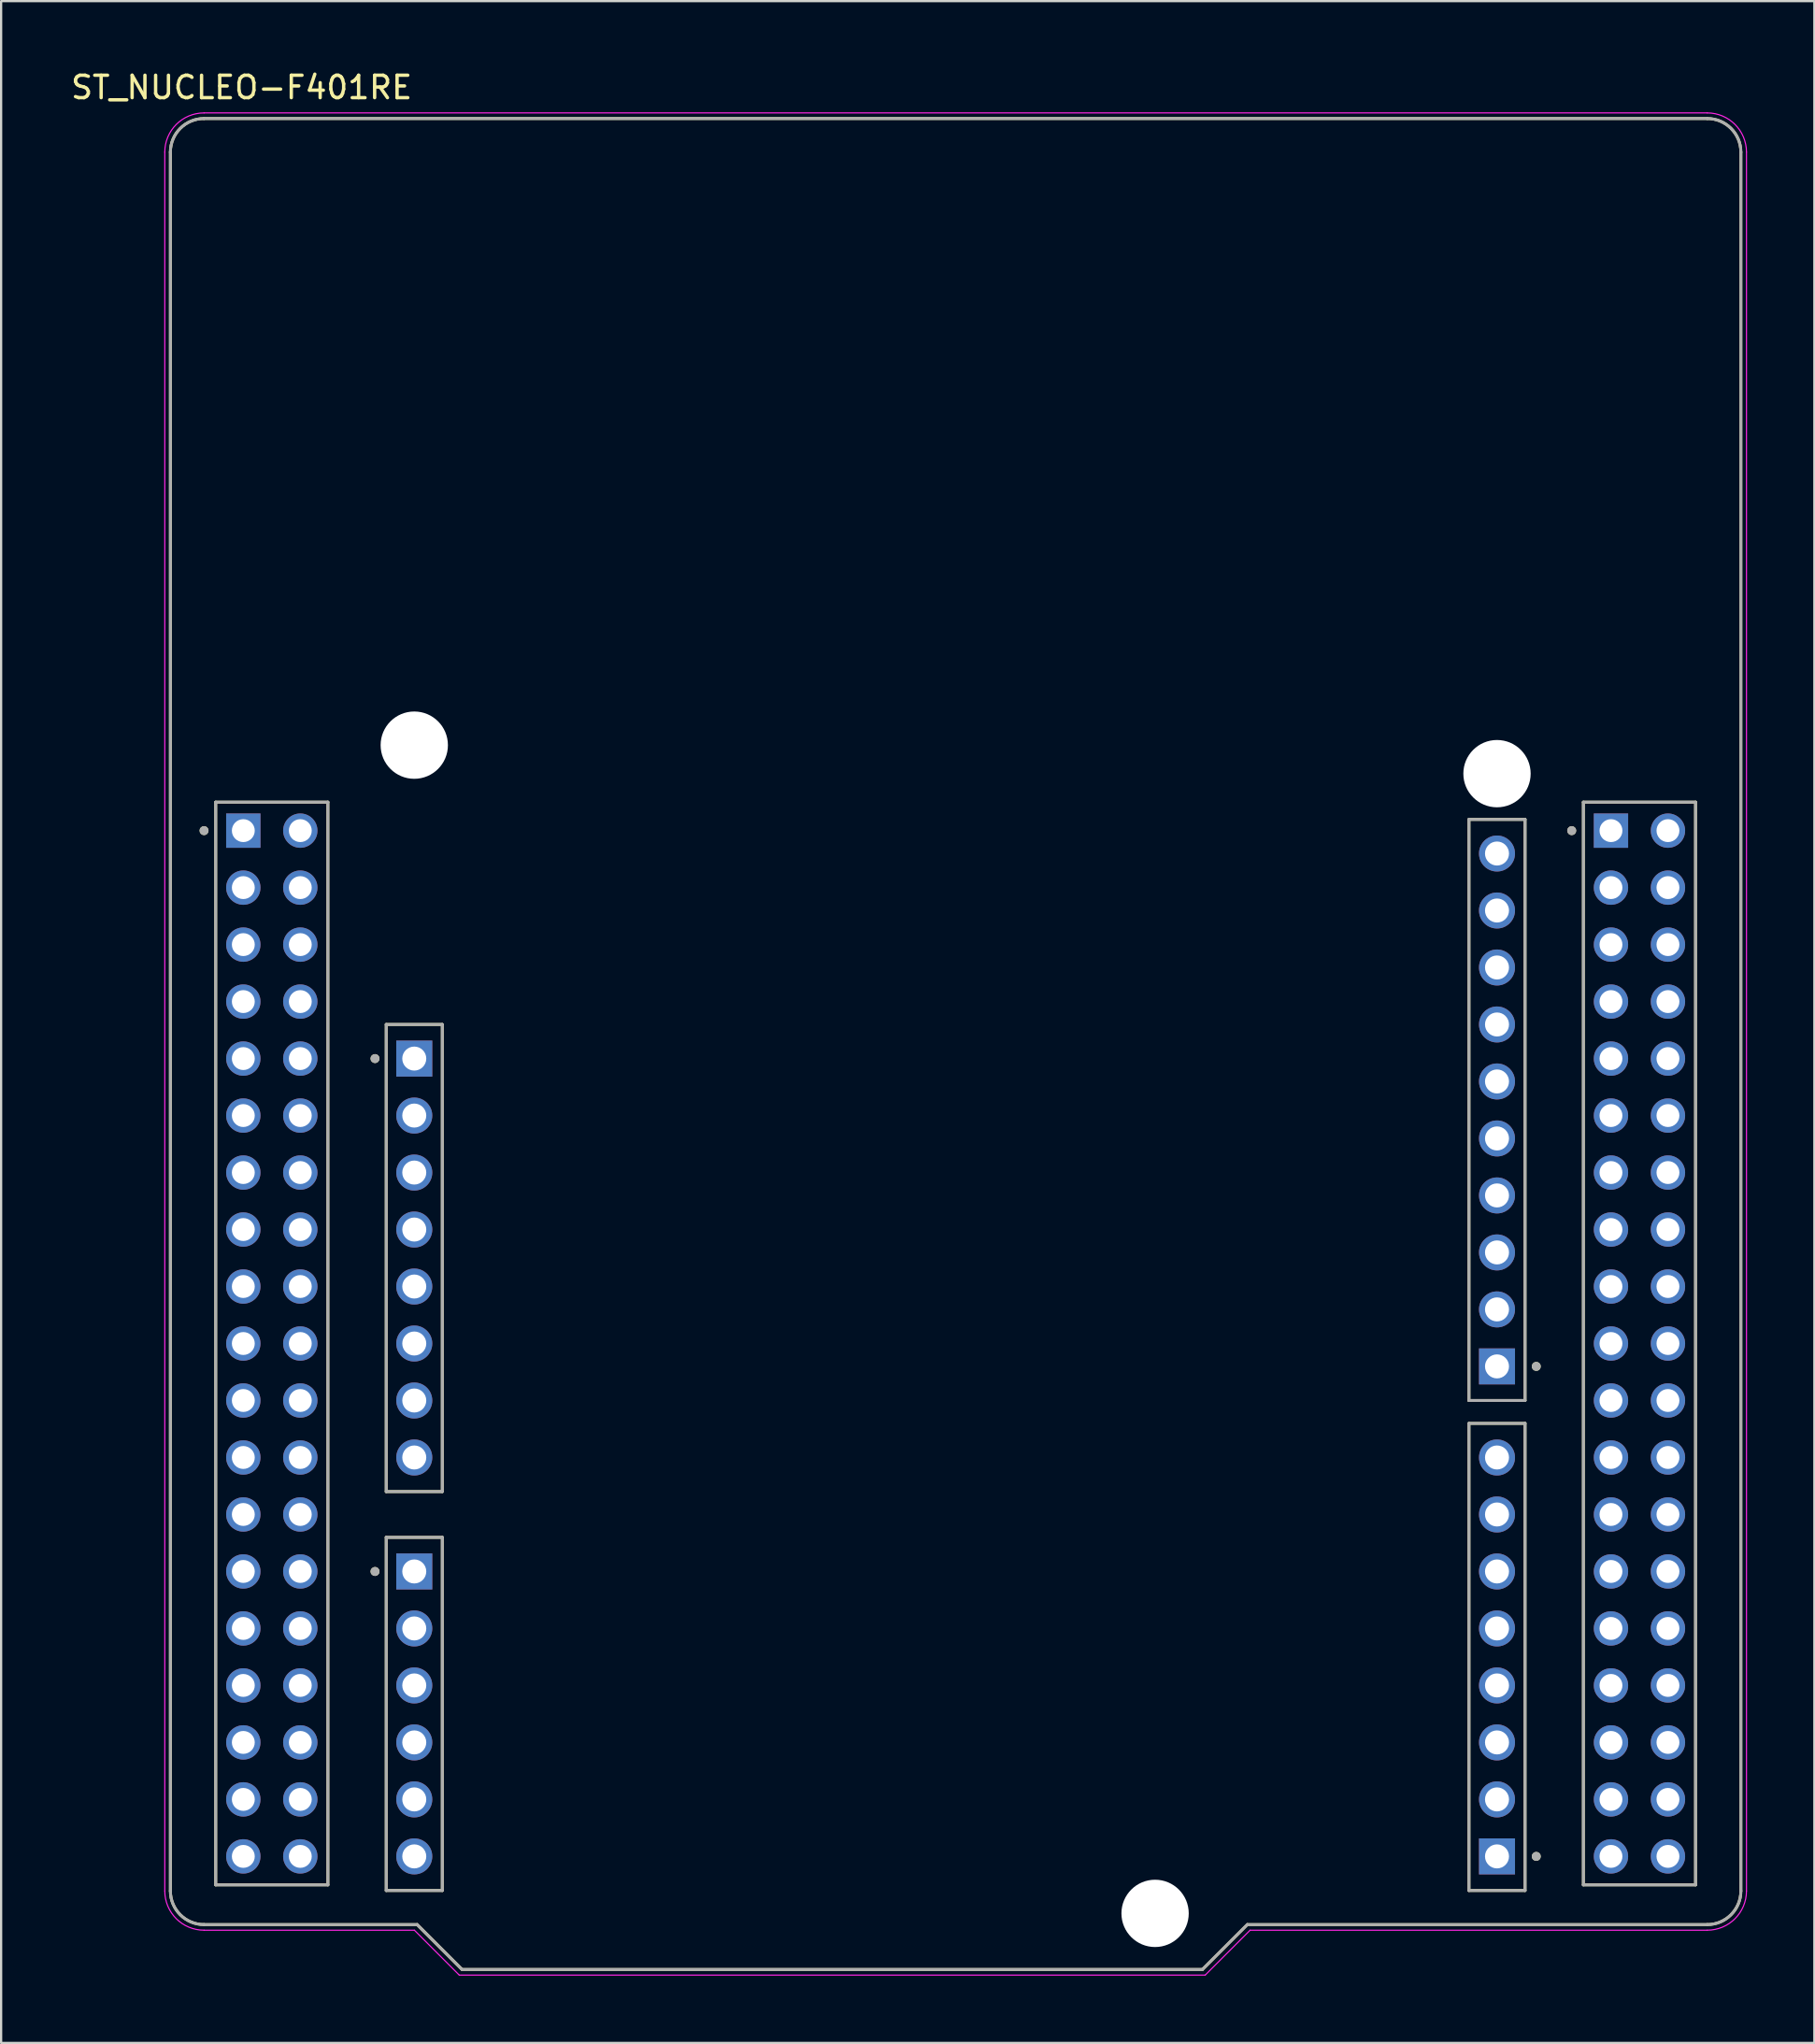
<source format=kicad_pcb>
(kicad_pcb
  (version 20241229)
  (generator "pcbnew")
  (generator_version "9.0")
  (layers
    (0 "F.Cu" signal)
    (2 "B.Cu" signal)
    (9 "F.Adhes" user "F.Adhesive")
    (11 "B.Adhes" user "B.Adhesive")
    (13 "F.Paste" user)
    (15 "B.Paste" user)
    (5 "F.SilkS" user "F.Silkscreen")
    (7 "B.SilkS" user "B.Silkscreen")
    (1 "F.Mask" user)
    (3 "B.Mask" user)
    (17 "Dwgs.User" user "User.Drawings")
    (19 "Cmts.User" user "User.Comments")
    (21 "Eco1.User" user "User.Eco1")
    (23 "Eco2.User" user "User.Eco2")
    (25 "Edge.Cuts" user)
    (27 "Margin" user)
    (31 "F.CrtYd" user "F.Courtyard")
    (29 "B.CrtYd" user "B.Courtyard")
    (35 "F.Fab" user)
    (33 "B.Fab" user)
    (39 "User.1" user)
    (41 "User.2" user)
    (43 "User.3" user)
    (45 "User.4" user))
  (footprint "ST_NUCLEO-F401RE"
    (layer "F.Cu")
    (at 39.545 43.483)
    (property "Reference" "ST_NUCLEO-F401RE" (at -31.825 -42.635 0) (layer "F.SilkS") (effects (font (size 1 1) (thickness 0.15))))
    (attr through_hole)
    (fp_line (start -35 37.75) (end -35 -39.75) (stroke (width 0.127) (type solid)) (layer "F.SilkS"))
    (fp_line (start -33.5 -41.25) (end 33.5 -41.25) (stroke (width 0.127) (type solid)) (layer "F.SilkS"))
    (fp_line (start -32.98 -10.78) (end -32.98 37.48) (stroke (width 0.127) (type solid)) (layer "F.SilkS"))
    (fp_line (start -32.98 37.48) (end -27.98 37.48) (stroke (width 0.127) (type solid)) (layer "F.SilkS"))
    (fp_line (start -27.98 -10.78) (end -32.98 -10.78) (stroke (width 0.127) (type solid)) (layer "F.SilkS"))
    (fp_line (start -27.98 37.48) (end -27.98 -10.78) (stroke (width 0.127) (type solid)) (layer "F.SilkS"))
    (fp_line (start -25.38 -0.87) (end -25.38 19.95) (stroke (width 0.127) (type solid)) (layer "F.SilkS"))
    (fp_line (start -25.38 19.95) (end -22.88 19.95) (stroke (width 0.127) (type solid)) (layer "F.SilkS"))
    (fp_line (start -25.38 21.99) (end -25.38 37.73) (stroke (width 0.127) (type solid)) (layer "F.SilkS"))
    (fp_line (start -25.38 37.73) (end -22.88 37.73) (stroke (width 0.127) (type solid)) (layer "F.SilkS"))
    (fp_line (start -24 39.25) (end -33.5 39.25) (stroke (width 0.127) (type solid)) (layer "F.SilkS"))
    (fp_line (start -22.88 -0.87) (end -25.38 -0.87) (stroke (width 0.127) (type solid)) (layer "F.SilkS"))
    (fp_line (start -22.88 19.95) (end -22.88 -0.87) (stroke (width 0.127) (type solid)) (layer "F.SilkS"))
    (fp_line (start -22.88 21.99) (end -25.38 21.99) (stroke (width 0.127) (type solid)) (layer "F.SilkS"))
    (fp_line (start -22.88 37.73) (end -22.88 21.99) (stroke (width 0.127) (type solid)) (layer "F.SilkS"))
    (fp_line (start -22 41.25) (end -24 39.25) (stroke (width 0.127) (type solid)) (layer "F.SilkS"))
    (fp_line (start 11 41.25) (end -22 41.25) (stroke (width 0.127) (type solid)) (layer "F.SilkS"))
    (fp_line (start 13 39.25) (end 11 41.25) (stroke (width 0.127) (type solid)) (layer "F.SilkS"))
    (fp_line (start 22.88 -10.01) (end 22.88 15.89) (stroke (width 0.127) (type solid)) (layer "F.SilkS"))
    (fp_line (start 22.88 15.89) (end 25.38 15.89) (stroke (width 0.127) (type solid)) (layer "F.SilkS"))
    (fp_line (start 22.88 16.91) (end 22.88 37.73) (stroke (width 0.127) (type solid)) (layer "F.SilkS"))
    (fp_line (start 22.88 37.73) (end 25.38 37.73) (stroke (width 0.127) (type solid)) (layer "F.SilkS"))
    (fp_line (start 25.38 -10.01) (end 22.88 -10.01) (stroke (width 0.127) (type solid)) (layer "F.SilkS"))
    (fp_line (start 25.38 15.89) (end 25.38 -10.01) (stroke (width 0.127) (type solid)) (layer "F.SilkS"))
    (fp_line (start 25.38 16.91) (end 22.88 16.91) (stroke (width 0.127) (type solid)) (layer "F.SilkS"))
    (fp_line (start 25.38 37.73) (end 25.38 16.91) (stroke (width 0.127) (type solid)) (layer "F.SilkS"))
    (fp_line (start 27.98 -10.78) (end 27.98 37.48) (stroke (width 0.127) (type solid)) (layer "F.SilkS"))
    (fp_line (start 27.98 37.48) (end 32.98 37.48) (stroke (width 0.127) (type solid)) (layer "F.SilkS"))
    (fp_line (start 32.98 -10.78) (end 27.98 -10.78) (stroke (width 0.127) (type solid)) (layer "F.SilkS"))
    (fp_line (start 32.98 37.48) (end 32.98 -10.78) (stroke (width 0.127) (type solid)) (layer "F.SilkS"))
    (fp_line (start 33.5 39.25) (end 13 39.25) (stroke (width 0.127) (type solid)) (layer "F.SilkS"))
    (fp_line (start 35 -39.75) (end 35 37.75) (stroke (width 0.127) (type solid)) (layer "F.SilkS"))
    (fp_arc (start -35 -39.75) (mid -34.56066 -40.81066) (end -33.5 -41.25) (stroke (width 0.127) (type solid)) (layer "F.SilkS"))
    (fp_arc (start -33.5 39.25) (mid -34.56066 38.81066) (end -35 37.75) (stroke (width 0.127) (type solid)) (layer "F.SilkS"))
    (fp_arc (start 33.5 -41.25) (mid 34.56066 -40.81066) (end 35 -39.75) (stroke (width 0.127) (type solid)) (layer "F.SilkS"))
    (fp_arc (start 35 37.75) (mid 34.56066 38.81066) (end 33.5 39.25) (stroke (width 0.127) (type solid)) (layer "F.SilkS"))
    (fp_circle (center -33.5 -9.51) (end -33.4 -9.51) (stroke (width 0.2) (type solid)) (fill no) (layer "F.SilkS"))
    (fp_circle (center -25.88 0.65) (end -25.78 0.65) (stroke (width 0.2) (type solid)) (fill no) (layer "F.SilkS"))
    (fp_circle (center -25.88 23.51) (end -25.78 23.51) (stroke (width 0.2) (type solid)) (fill no) (layer "F.SilkS"))
    (fp_circle (center 25.88 14.37) (end 25.98 14.37) (stroke (width 0.2) (type solid)) (fill no) (layer "F.SilkS"))
    (fp_circle (center 25.88 36.21) (end 25.98 36.21) (stroke (width 0.2) (type solid)) (fill no) (layer "F.SilkS"))
    (fp_circle (center 27.46 -9.51) (end 27.56 -9.51) (stroke (width 0.2) (type solid)) (fill no) (layer "F.SilkS"))
    (fp_line (start -35.25 37.75) (end -35.25 -39.75) (stroke (width 0.05) (type solid)) (layer "F.CrtYd"))
    (fp_line (start -33.5 -41.5) (end 33.5 -41.5) (stroke (width 0.05) (type solid)) (layer "F.CrtYd"))
    (fp_line (start -24.125 39.5) (end -33.5 39.5) (stroke (width 0.05) (type solid)) (layer "F.CrtYd"))
    (fp_line (start -22.125 41.5) (end -24.125 39.5) (stroke (width 0.05) (type solid)) (layer "F.CrtYd"))
    (fp_line (start 11.125 41.5) (end -22.125 41.5) (stroke (width 0.05) (type solid)) (layer "F.CrtYd"))
    (fp_line (start 13.125 39.5) (end 11.125 41.5) (stroke (width 0.05) (type solid)) (layer "F.CrtYd"))
    (fp_line (start 33.5 39.5) (end 13.125 39.5) (stroke (width 0.05) (type solid)) (layer "F.CrtYd"))
    (fp_line (start 35.25 -39.75) (end 35.25 37.75) (stroke (width 0.05) (type solid)) (layer "F.CrtYd"))
    (fp_arc (start -35.25 -39.75) (mid -34.737437 -40.987437) (end -33.5 -41.5) (stroke (width 0.05) (type solid)) (layer "F.CrtYd"))
    (fp_arc (start -33.5 39.5) (mid -34.737437 38.987437) (end -35.25 37.75) (stroke (width 0.05) (type solid)) (layer "F.CrtYd"))
    (fp_arc (start 33.5 -41.5) (mid 34.737437 -40.987437) (end 35.25 -39.75) (stroke (width 0.05) (type solid)) (layer "F.CrtYd"))
    (fp_arc (start 35.25 37.75) (mid 34.737437 38.987437) (end 33.5 39.5) (stroke (width 0.05) (type solid)) (layer "F.CrtYd"))
    (fp_line (start -35 37.75) (end -35 -39.75) (stroke (width 0.127) (type solid)) (layer "F.Fab"))
    (fp_line (start -33.5 -41.25) (end 33.5 -41.25) (stroke (width 0.127) (type solid)) (layer "F.Fab"))
    (fp_line (start -32.98 -10.78) (end -32.98 37.48) (stroke (width 0.127) (type solid)) (layer "F.Fab"))
    (fp_line (start -32.98 37.48) (end -27.98 37.48) (stroke (width 0.127) (type solid)) (layer "F.Fab"))
    (fp_line (start -27.98 -10.78) (end -32.98 -10.78) (stroke (width 0.127) (type solid)) (layer "F.Fab"))
    (fp_line (start -27.98 37.48) (end -27.98 -10.78) (stroke (width 0.127) (type solid)) (layer "F.Fab"))
    (fp_line (start -25.38 -0.87) (end -25.38 19.95) (stroke (width 0.127) (type solid)) (layer "F.Fab"))
    (fp_line (start -25.38 19.95) (end -22.88 19.95) (stroke (width 0.127) (type solid)) (layer "F.Fab"))
    (fp_line (start -25.38 21.99) (end -25.38 37.73) (stroke (width 0.127) (type solid)) (layer "F.Fab"))
    (fp_line (start -25.38 37.73) (end -22.88 37.73) (stroke (width 0.127) (type solid)) (layer "F.Fab"))
    (fp_line (start -24 39.25) (end -33.5 39.25) (stroke (width 0.127) (type solid)) (layer "F.Fab"))
    (fp_line (start -22.88 -0.87) (end -25.38 -0.87) (stroke (width 0.127) (type solid)) (layer "F.Fab"))
    (fp_line (start -22.88 19.95) (end -22.88 -0.87) (stroke (width 0.127) (type solid)) (layer "F.Fab"))
    (fp_line (start -22.88 21.99) (end -25.38 21.99) (stroke (width 0.127) (type solid)) (layer "F.Fab"))
    (fp_line (start -22.88 37.73) (end -22.88 21.99) (stroke (width 0.127) (type solid)) (layer "F.Fab"))
    (fp_line (start -22 41.25) (end -24 39.25) (stroke (width 0.127) (type solid)) (layer "F.Fab"))
    (fp_line (start 11 41.25) (end -22 41.25) (stroke (width 0.127) (type solid)) (layer "F.Fab"))
    (fp_line (start 13 39.25) (end 11 41.25) (stroke (width 0.127) (type solid)) (layer "F.Fab"))
    (fp_line (start 22.88 -10.01) (end 22.88 15.89) (stroke (width 0.127) (type solid)) (layer "F.Fab"))
    (fp_line (start 22.88 15.89) (end 25.38 15.89) (stroke (width 0.127) (type solid)) (layer "F.Fab"))
    (fp_line (start 22.88 16.91) (end 22.88 37.73) (stroke (width 0.127) (type solid)) (layer "F.Fab"))
    (fp_line (start 22.88 37.73) (end 25.38 37.73) (stroke (width 0.127) (type solid)) (layer "F.Fab"))
    (fp_line (start 25.38 -10.01) (end 22.88 -10.01) (stroke (width 0.127) (type solid)) (layer "F.Fab"))
    (fp_line (start 25.38 15.89) (end 25.38 -10.01) (stroke (width 0.127) (type solid)) (layer "F.Fab"))
    (fp_line (start 25.38 16.91) (end 22.88 16.91) (stroke (width 0.127) (type solid)) (layer "F.Fab"))
    (fp_line (start 25.38 37.73) (end 25.38 16.91) (stroke (width 0.127) (type solid)) (layer "F.Fab"))
    (fp_line (start 27.98 -10.78) (end 27.98 37.48) (stroke (width 0.127) (type solid)) (layer "F.Fab"))
    (fp_line (start 27.98 37.48) (end 32.98 37.48) (stroke (width 0.127) (type solid)) (layer "F.Fab"))
    (fp_line (start 32.98 -10.78) (end 27.98 -10.78) (stroke (width 0.127) (type solid)) (layer "F.Fab"))
    (fp_line (start 32.98 37.48) (end 32.98 -10.78) (stroke (width 0.127) (type solid)) (layer "F.Fab"))
    (fp_line (start 33.5 39.25) (end 13 39.25) (stroke (width 0.127) (type solid)) (layer "F.Fab"))
    (fp_line (start 35 -39.75) (end 35 37.75) (stroke (width 0.127) (type solid)) (layer "F.Fab"))
    (fp_arc (start -35 -39.75) (mid -34.56066 -40.81066) (end -33.5 -41.25) (stroke (width 0.127) (type solid)) (layer "F.Fab"))
    (fp_arc (start -33.5 39.25) (mid -34.56066 38.81066) (end -35 37.75) (stroke (width 0.127) (type solid)) (layer "F.Fab"))
    (fp_arc (start 33.5 -41.25) (mid 34.56066 -40.81066) (end 35 -39.75) (stroke (width 0.127) (type solid)) (layer "F.Fab"))
    (fp_arc (start 35 37.75) (mid 34.56066 38.81066) (end 33.5 39.25) (stroke (width 0.127) (type solid)) (layer "F.Fab"))
    (fp_circle (center -33.5 -9.51) (end -33.4 -9.51) (stroke (width 0.2) (type solid)) (fill no) (layer "F.Fab"))
    (fp_circle (center -25.88 0.65) (end -25.78 0.65) (stroke (width 0.2) (type solid)) (fill no) (layer "F.Fab"))
    (fp_circle (center -25.88 23.51) (end -25.78 23.51) (stroke (width 0.2) (type solid)) (fill no) (layer "F.Fab"))
    (fp_circle (center 25.88 14.37) (end 25.98 14.37) (stroke (width 0.2) (type solid)) (fill no) (layer "F.Fab"))
    (fp_circle (center 25.88 36.21) (end 25.98 36.21) (stroke (width 0.2) (type solid)) (fill no) (layer "F.Fab"))
    (fp_circle (center 27.46 -9.51) (end 27.56 -9.51) (stroke (width 0.2) (type solid)) (fill no) (layer "F.Fab"))
    (pad "" np_thru_hole circle (at -24.13 -13.32) (size 3 3) (drill 3) (layers "*.Cu" "*.Mask"))
    (pad "" np_thru_hole circle (at 8.89 38.75) (size 3 3) (drill 3) (layers "*.Cu" "*.Mask"))
    (pad "" np_thru_hole circle (at 24.13 -12.05) (size 3 3) (drill 3) (layers "*.Cu" "*.Mask"))
    (pad "CN5_1" thru_hole rect (at 24.13 14.37) (size 1.605 1.605) (drill 1.07) (layers "*.Cu" "*.Mask"))
    (pad "CN5_2" thru_hole circle (at 24.13 11.83) (size 1.605 1.605) (drill 1.07) (layers "*.Cu" "*.Mask"))
    (pad "CN5_3" thru_hole circle (at 24.13 9.29) (size 1.605 1.605) (drill 1.07) (layers "*.Cu" "*.Mask"))
    (pad "CN5_4" thru_hole circle (at 24.13 6.75) (size 1.605 1.605) (drill 1.07) (layers "*.Cu" "*.Mask"))
    (pad "CN5_5" thru_hole circle (at 24.13 4.21) (size 1.605 1.605) (drill 1.07) (layers "*.Cu" "*.Mask"))
    (pad "CN5_6" thru_hole circle (at 24.13 1.67) (size 1.605 1.605) (drill 1.07) (layers "*.Cu" "*.Mask"))
    (pad "CN5_7" thru_hole circle (at 24.13 -0.87) (size 1.605 1.605) (drill 1.07) (layers "*.Cu" "*.Mask"))
    (pad "CN5_8" thru_hole circle (at 24.13 -3.41) (size 1.605 1.605) (drill 1.07) (layers "*.Cu" "*.Mask"))
    (pad "CN5_9" thru_hole circle (at 24.13 -5.95) (size 1.605 1.605) (drill 1.07) (layers "*.Cu" "*.Mask"))
    (pad "CN5_10" thru_hole circle (at 24.13 -8.49) (size 1.605 1.605) (drill 1.07) (layers "*.Cu" "*.Mask"))
    (pad "CN6_1" thru_hole rect (at -24.13 0.65) (size 1.605 1.605) (drill 1.07) (layers "*.Cu" "*.Mask"))
    (pad "CN6_2" thru_hole circle (at -24.13 3.19) (size 1.605 1.605) (drill 1.07) (layers "*.Cu" "*.Mask"))
    (pad "CN6_3" thru_hole circle (at -24.13 5.73) (size 1.605 1.605) (drill 1.07) (layers "*.Cu" "*.Mask"))
    (pad "CN6_4" thru_hole circle (at -24.13 8.27) (size 1.605 1.605) (drill 1.07) (layers "*.Cu" "*.Mask"))
    (pad "CN6_5" thru_hole circle (at -24.13 10.81) (size 1.605 1.605) (drill 1.07) (layers "*.Cu" "*.Mask"))
    (pad "CN6_6" thru_hole circle (at -24.13 13.35) (size 1.605 1.605) (drill 1.07) (layers "*.Cu" "*.Mask"))
    (pad "CN6_7" thru_hole circle (at -24.13 15.89) (size 1.605 1.605) (drill 1.07) (layers "*.Cu" "*.Mask"))
    (pad "CN6_8" thru_hole circle (at -24.13 18.43) (size 1.605 1.605) (drill 1.07) (layers "*.Cu" "*.Mask"))
    (pad "CN7_1" thru_hole rect (at -31.75 -9.51) (size 1.53 1.53) (drill 1.02) (layers "*.Cu" "*.Mask"))
    (pad "CN7_2" thru_hole circle (at -29.21 -9.51) (size 1.53 1.53) (drill 1.02) (layers "*.Cu" "*.Mask"))
    (pad "CN7_3" thru_hole circle (at -31.75 -6.97) (size 1.53 1.53) (drill 1.02) (layers "*.Cu" "*.Mask"))
    (pad "CN7_4" thru_hole circle (at -29.21 -6.97) (size 1.53 1.53) (drill 1.02) (layers "*.Cu" "*.Mask"))
    (pad "CN7_5" thru_hole circle (at -31.75 -4.43) (size 1.53 1.53) (drill 1.02) (layers "*.Cu" "*.Mask"))
    (pad "CN7_6" thru_hole circle (at -29.21 -4.43) (size 1.53 1.53) (drill 1.02) (layers "*.Cu" "*.Mask"))
    (pad "CN7_7" thru_hole circle (at -31.75 -1.89) (size 1.53 1.53) (drill 1.02) (layers "*.Cu" "*.Mask"))
    (pad "CN7_8" thru_hole circle (at -29.21 -1.89) (size 1.53 1.53) (drill 1.02) (layers "*.Cu" "*.Mask"))
    (pad "CN7_9" thru_hole circle (at -31.75 0.65) (size 1.53 1.53) (drill 1.02) (layers "*.Cu" "*.Mask"))
    (pad "CN7_10" thru_hole circle (at -29.21 0.65) (size 1.53 1.53) (drill 1.02) (layers "*.Cu" "*.Mask"))
    (pad "CN7_11" thru_hole circle (at -31.75 3.19) (size 1.53 1.53) (drill 1.02) (layers "*.Cu" "*.Mask"))
    (pad "CN7_12" thru_hole circle (at -29.21 3.19) (size 1.53 1.53) (drill 1.02) (layers "*.Cu" "*.Mask"))
    (pad "CN7_13" thru_hole circle (at -31.75 5.73) (size 1.53 1.53) (drill 1.02) (layers "*.Cu" "*.Mask"))
    (pad "CN7_14" thru_hole circle (at -29.21 5.73) (size 1.53 1.53) (drill 1.02) (layers "*.Cu" "*.Mask"))
    (pad "CN7_15" thru_hole circle (at -31.75 8.27) (size 1.53 1.53) (drill 1.02) (layers "*.Cu" "*.Mask"))
    (pad "CN7_16" thru_hole circle (at -29.21 8.27) (size 1.53 1.53) (drill 1.02) (layers "*.Cu" "*.Mask"))
    (pad "CN7_17" thru_hole circle (at -31.75 10.81) (size 1.53 1.53) (drill 1.02) (layers "*.Cu" "*.Mask"))
    (pad "CN7_18" thru_hole circle (at -29.21 10.81) (size 1.53 1.53) (drill 1.02) (layers "*.Cu" "*.Mask"))
    (pad "CN7_19" thru_hole circle (at -31.75 13.35) (size 1.53 1.53) (drill 1.02) (layers "*.Cu" "*.Mask"))
    (pad "CN7_20" thru_hole circle (at -29.21 13.35) (size 1.53 1.53) (drill 1.02) (layers "*.Cu" "*.Mask"))
    (pad "CN7_21" thru_hole circle (at -31.75 15.89) (size 1.53 1.53) (drill 1.02) (layers "*.Cu" "*.Mask"))
    (pad "CN7_22" thru_hole circle (at -29.21 15.89) (size 1.53 1.53) (drill 1.02) (layers "*.Cu" "*.Mask"))
    (pad "CN7_23" thru_hole circle (at -31.75 18.43) (size 1.53 1.53) (drill 1.02) (layers "*.Cu" "*.Mask"))
    (pad "CN7_24" thru_hole circle (at -29.21 18.43) (size 1.53 1.53) (drill 1.02) (layers "*.Cu" "*.Mask"))
    (pad "CN7_25" thru_hole circle (at -31.75 20.97) (size 1.53 1.53) (drill 1.02) (layers "*.Cu" "*.Mask"))
    (pad "CN7_26" thru_hole circle (at -29.21 20.97) (size 1.53 1.53) (drill 1.02) (layers "*.Cu" "*.Mask"))
    (pad "CN7_27" thru_hole circle (at -31.75 23.51) (size 1.53 1.53) (drill 1.02) (layers "*.Cu" "*.Mask"))
    (pad "CN7_28" thru_hole circle (at -29.21 23.51) (size 1.53 1.53) (drill 1.02) (layers "*.Cu" "*.Mask"))
    (pad "CN7_29" thru_hole circle (at -31.75 26.05) (size 1.53 1.53) (drill 1.02) (layers "*.Cu" "*.Mask"))
    (pad "CN7_30" thru_hole circle (at -29.21 26.05) (size 1.53 1.53) (drill 1.02) (layers "*.Cu" "*.Mask"))
    (pad "CN7_31" thru_hole circle (at -31.75 28.59) (size 1.53 1.53) (drill 1.02) (layers "*.Cu" "*.Mask"))
    (pad "CN7_32" thru_hole circle (at -29.21 28.59) (size 1.53 1.53) (drill 1.02) (layers "*.Cu" "*.Mask"))
    (pad "CN7_33" thru_hole circle (at -31.75 31.13) (size 1.53 1.53) (drill 1.02) (layers "*.Cu" "*.Mask"))
    (pad "CN7_34" thru_hole circle (at -29.21 31.13) (size 1.53 1.53) (drill 1.02) (layers "*.Cu" "*.Mask"))
    (pad "CN7_35" thru_hole circle (at -31.75 33.67) (size 1.53 1.53) (drill 1.02) (layers "*.Cu" "*.Mask"))
    (pad "CN7_36" thru_hole circle (at -29.21 33.67) (size 1.53 1.53) (drill 1.02) (layers "*.Cu" "*.Mask"))
    (pad "CN7_37" thru_hole circle (at -31.75 36.21) (size 1.53 1.53) (drill 1.02) (layers "*.Cu" "*.Mask"))
    (pad "CN7_38" thru_hole circle (at -29.21 36.21) (size 1.53 1.53) (drill 1.02) (layers "*.Cu" "*.Mask"))
    (pad "CN8_1" thru_hole rect (at -24.13 23.51) (size 1.605 1.605) (drill 1.07) (layers "*.Cu" "*.Mask"))
    (pad "CN8_2" thru_hole circle (at -24.13 26.05) (size 1.605 1.605) (drill 1.07) (layers "*.Cu" "*.Mask"))
    (pad "CN8_3" thru_hole circle (at -24.13 28.59) (size 1.605 1.605) (drill 1.07) (layers "*.Cu" "*.Mask"))
    (pad "CN8_4" thru_hole circle (at -24.13 31.13) (size 1.605 1.605) (drill 1.07) (layers "*.Cu" "*.Mask"))
    (pad "CN8_5" thru_hole circle (at -24.13 33.67) (size 1.605 1.605) (drill 1.07) (layers "*.Cu" "*.Mask"))
    (pad "CN8_6" thru_hole circle (at -24.13 36.21) (size 1.605 1.605) (drill 1.07) (layers "*.Cu" "*.Mask"))
    (pad "CN9_1" thru_hole rect (at 24.13 36.21) (size 1.605 1.605) (drill 1.07) (layers "*.Cu" "*.Mask"))
    (pad "CN9_2" thru_hole circle (at 24.13 33.67) (size 1.605 1.605) (drill 1.07) (layers "*.Cu" "*.Mask"))
    (pad "CN9_3" thru_hole circle (at 24.13 31.13) (size 1.605 1.605) (drill 1.07) (layers "*.Cu" "*.Mask"))
    (pad "CN9_4" thru_hole circle (at 24.13 28.59) (size 1.605 1.605) (drill 1.07) (layers "*.Cu" "*.Mask"))
    (pad "CN9_5" thru_hole circle (at 24.13 26.05) (size 1.605 1.605) (drill 1.07) (layers "*.Cu" "*.Mask"))
    (pad "CN9_6" thru_hole circle (at 24.13 23.51) (size 1.605 1.605) (drill 1.07) (layers "*.Cu" "*.Mask"))
    (pad "CN9_7" thru_hole circle (at 24.13 20.97) (size 1.605 1.605) (drill 1.07) (layers "*.Cu" "*.Mask"))
    (pad "CN9_8" thru_hole circle (at 24.13 18.43) (size 1.605 1.605) (drill 1.07) (layers "*.Cu" "*.Mask"))
    (pad "CN10_1" thru_hole rect (at 29.21 -9.51) (size 1.53 1.53) (drill 1.02) (layers "*.Cu" "*.Mask"))
    (pad "CN10_2" thru_hole circle (at 31.75 -9.51) (size 1.53 1.53) (drill 1.02) (layers "*.Cu" "*.Mask"))
    (pad "CN10_3" thru_hole circle (at 29.21 -6.97) (size 1.53 1.53) (drill 1.02) (layers "*.Cu" "*.Mask"))
    (pad "CN10_4" thru_hole circle (at 31.75 -6.97) (size 1.53 1.53) (drill 1.02) (layers "*.Cu" "*.Mask"))
    (pad "CN10_5" thru_hole circle (at 29.21 -4.43) (size 1.53 1.53) (drill 1.02) (layers "*.Cu" "*.Mask"))
    (pad "CN10_6" thru_hole circle (at 31.75 -4.43) (size 1.53 1.53) (drill 1.02) (layers "*.Cu" "*.Mask"))
    (pad "CN10_7" thru_hole circle (at 29.21 -1.89) (size 1.53 1.53) (drill 1.02) (layers "*.Cu" "*.Mask"))
    (pad "CN10_8" thru_hole circle (at 31.75 -1.89) (size 1.53 1.53) (drill 1.02) (layers "*.Cu" "*.Mask"))
    (pad "CN10_9" thru_hole circle (at 29.21 0.65) (size 1.53 1.53) (drill 1.02) (layers "*.Cu" "*.Mask"))
    (pad "CN10_10" thru_hole circle (at 31.75 0.65) (size 1.53 1.53) (drill 1.02) (layers "*.Cu" "*.Mask"))
    (pad "CN10_11" thru_hole circle (at 29.21 3.19) (size 1.53 1.53) (drill 1.02) (layers "*.Cu" "*.Mask"))
    (pad "CN10_12" thru_hole circle (at 31.75 3.19) (size 1.53 1.53) (drill 1.02) (layers "*.Cu" "*.Mask"))
    (pad "CN10_13" thru_hole circle (at 29.21 5.73) (size 1.53 1.53) (drill 1.02) (layers "*.Cu" "*.Mask"))
    (pad "CN10_14" thru_hole circle (at 31.75 5.73) (size 1.53 1.53) (drill 1.02) (layers "*.Cu" "*.Mask"))
    (pad "CN10_15" thru_hole circle (at 29.21 8.27) (size 1.53 1.53) (drill 1.02) (layers "*.Cu" "*.Mask"))
    (pad "CN10_16" thru_hole circle (at 31.75 8.27) (size 1.53 1.53) (drill 1.02) (layers "*.Cu" "*.Mask"))
    (pad "CN10_17" thru_hole circle (at 29.21 10.81) (size 1.53 1.53) (drill 1.02) (layers "*.Cu" "*.Mask"))
    (pad "CN10_18" thru_hole circle (at 31.75 10.81) (size 1.53 1.53) (drill 1.02) (layers "*.Cu" "*.Mask"))
    (pad "CN10_19" thru_hole circle (at 29.21 13.35) (size 1.53 1.53) (drill 1.02) (layers "*.Cu" "*.Mask"))
    (pad "CN10_20" thru_hole circle (at 31.75 13.35) (size 1.53 1.53) (drill 1.02) (layers "*.Cu" "*.Mask"))
    (pad "CN10_21" thru_hole circle (at 29.21 15.89) (size 1.53 1.53) (drill 1.02) (layers "*.Cu" "*.Mask"))
    (pad "CN10_22" thru_hole circle (at 31.75 15.89) (size 1.53 1.53) (drill 1.02) (layers "*.Cu" "*.Mask"))
    (pad "CN10_23" thru_hole circle (at 29.21 18.43) (size 1.53 1.53) (drill 1.02) (layers "*.Cu" "*.Mask"))
    (pad "CN10_24" thru_hole circle (at 31.75 18.43) (size 1.53 1.53) (drill 1.02) (layers "*.Cu" "*.Mask"))
    (pad "CN10_25" thru_hole circle (at 29.21 20.97) (size 1.53 1.53) (drill 1.02) (layers "*.Cu" "*.Mask"))
    (pad "CN10_26" thru_hole circle (at 31.75 20.97) (size 1.53 1.53) (drill 1.02) (layers "*.Cu" "*.Mask"))
    (pad "CN10_27" thru_hole circle (at 29.21 23.51) (size 1.53 1.53) (drill 1.02) (layers "*.Cu" "*.Mask"))
    (pad "CN10_28" thru_hole circle (at 31.75 23.51) (size 1.53 1.53) (drill 1.02) (layers "*.Cu" "*.Mask"))
    (pad "CN10_29" thru_hole circle (at 29.21 26.05) (size 1.53 1.53) (drill 1.02) (layers "*.Cu" "*.Mask"))
    (pad "CN10_30" thru_hole circle (at 31.75 26.05) (size 1.53 1.53) (drill 1.02) (layers "*.Cu" "*.Mask"))
    (pad "CN10_31" thru_hole circle (at 29.21 28.59) (size 1.53 1.53) (drill 1.02) (layers "*.Cu" "*.Mask"))
    (pad "CN10_32" thru_hole circle (at 31.75 28.59) (size 1.53 1.53) (drill 1.02) (layers "*.Cu" "*.Mask"))
    (pad "CN10_33" thru_hole circle (at 29.21 31.13) (size 1.53 1.53) (drill 1.02) (layers "*.Cu" "*.Mask"))
    (pad "CN10_34" thru_hole circle (at 31.75 31.13) (size 1.53 1.53) (drill 1.02) (layers "*.Cu" "*.Mask"))
    (pad "CN10_35" thru_hole circle (at 29.21 33.67) (size 1.53 1.53) (drill 1.02) (layers "*.Cu" "*.Mask"))
    (pad "CN10_36" thru_hole circle (at 31.75 33.67) (size 1.53 1.53) (drill 1.02) (layers "*.Cu" "*.Mask"))
    (pad "CN10_37" thru_hole circle (at 29.21 36.21) (size 1.53 1.53) (drill 1.02) (layers "*.Cu" "*.Mask"))
    (pad "CN10_38" thru_hole circle (at 31.75 36.21) (size 1.53 1.53) (drill 1.02) (layers "*.Cu" "*.Mask")))
  (gr_rect
    (start -3 -3)
    (end 77.82 88.008)
    (stroke (width 0.1) (type default))
    (fill no)
    (layer "Edge.Cuts")))
</source>
